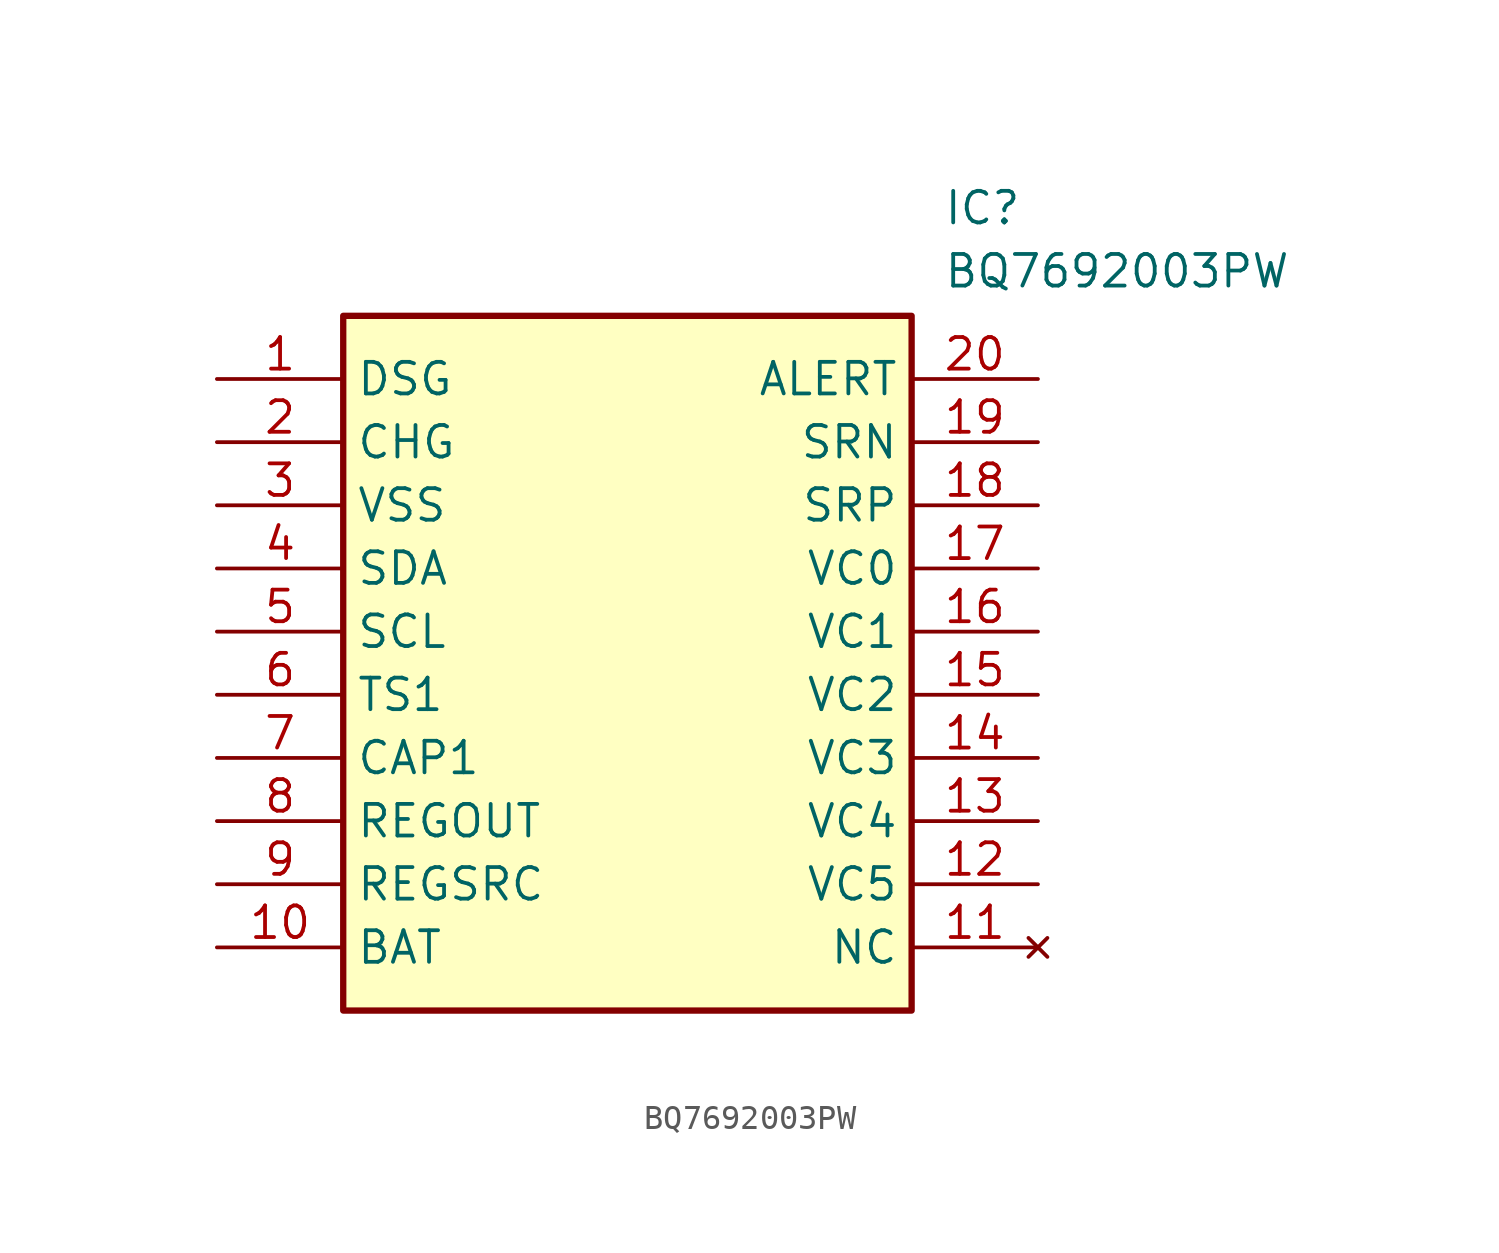
<source format=kicad_sym>
(kicad_symbol_lib
  (version 20211014)
  (generator SamacSys_ECAD_Model)
  (symbol "BQ7692003PW"
    (property "Reference" "IC"
      (at 29.21 7.62 0)
      (effects (font (size 1.27 1.27)) (justify left top)))
    (property "Value" "BQ7692003PW"
      (at 29.21 5.08 0)
      (effects (font (size 1.27 1.27)) (justify left top)))
    (rectangle
      (start 5.08 2.54)
      (end 27.94 -25.4)
      (stroke (width 0.254) (type default))
      (fill (type background)))
    (pin passive line
      (at 0 0 0)
      (length 5.08)
      (name "DSG" (effects (font (size 1.27 1.27))))
      (number "1" (effects (font (size 1.27 1.27)))))
    (pin passive line
      (at 0 -2.54 0)
      (length 5.08)
      (name "CHG" (effects (font (size 1.27 1.27))))
      (number "2" (effects (font (size 1.27 1.27)))))
    (pin passive line
      (at 0 -5.08 0)
      (length 5.08)
      (name "VSS" (effects (font (size 1.27 1.27))))
      (number "3" (effects (font (size 1.27 1.27)))))
    (pin passive line
      (at 0 -7.62 0)
      (length 5.08)
      (name "SDA" (effects (font (size 1.27 1.27))))
      (number "4" (effects (font (size 1.27 1.27)))))
    (pin passive line
      (at 0 -10.16 0)
      (length 5.08)
      (name "SCL" (effects (font (size 1.27 1.27))))
      (number "5" (effects (font (size 1.27 1.27)))))
    (pin passive line
      (at 0 -12.7 0)
      (length 5.08)
      (name "TS1" (effects (font (size 1.27 1.27))))
      (number "6" (effects (font (size 1.27 1.27)))))
    (pin passive line
      (at 0 -15.24 0)
      (length 5.08)
      (name "CAP1" (effects (font (size 1.27 1.27))))
      (number "7" (effects (font (size 1.27 1.27)))))
    (pin passive line
      (at 0 -17.78 0)
      (length 5.08)
      (name "REGOUT" (effects (font (size 1.27 1.27))))
      (number "8" (effects (font (size 1.27 1.27)))))
    (pin passive line
      (at 0 -20.32 0)
      (length 5.08)
      (name "REGSRC" (effects (font (size 1.27 1.27))))
      (number "9" (effects (font (size 1.27 1.27)))))
    (pin passive line
      (at 0 -22.86 0)
      (length 5.08)
      (name "BAT" (effects (font (size 1.27 1.27))))
      (number "10" (effects (font (size 1.27 1.27)))))
    (pin passive line
      (at 33.02 0 180)
      (length 5.08)
      (name "ALERT" (effects (font (size 1.27 1.27))))
      (number "20" (effects (font (size 1.27 1.27)))))
    (pin passive line
      (at 33.02 -2.54 180)
      (length 5.08)
      (name "SRN" (effects (font (size 1.27 1.27))))
      (number "19" (effects (font (size 1.27 1.27)))))
    (pin passive line
      (at 33.02 -5.08 180)
      (length 5.08)
      (name "SRP" (effects (font (size 1.27 1.27))))
      (number "18" (effects (font (size 1.27 1.27)))))
    (pin passive line
      (at 33.02 -7.62 180)
      (length 5.08)
      (name "VC0" (effects (font (size 1.27 1.27))))
      (number "17" (effects (font (size 1.27 1.27)))))
    (pin passive line
      (at 33.02 -10.16 180)
      (length 5.08)
      (name "VC1" (effects (font (size 1.27 1.27))))
      (number "16" (effects (font (size 1.27 1.27)))))
    (pin passive line
      (at 33.02 -12.7 180)
      (length 5.08)
      (name "VC2" (effects (font (size 1.27 1.27))))
      (number "15" (effects (font (size 1.27 1.27)))))
    (pin passive line
      (at 33.02 -15.24 180)
      (length 5.08)
      (name "VC3" (effects (font (size 1.27 1.27))))
      (number "14" (effects (font (size 1.27 1.27)))))
    (pin passive line
      (at 33.02 -17.78 180)
      (length 5.08)
      (name "VC4" (effects (font (size 1.27 1.27))))
      (number "13" (effects (font (size 1.27 1.27)))))
    (pin passive line
      (at 33.02 -20.32 180)
      (length 5.08)
      (name "VC5" (effects (font (size 1.27 1.27))))
      (number "12" (effects (font (size 1.27 1.27)))))
    (pin no_connect line
      (at 33.02 -22.86 180)
      (length 5.08)
      (name "NC" (effects (font (size 1.27 1.27))))
      (number "11" (effects (font (size 1.27 1.27)))))))
</source>
